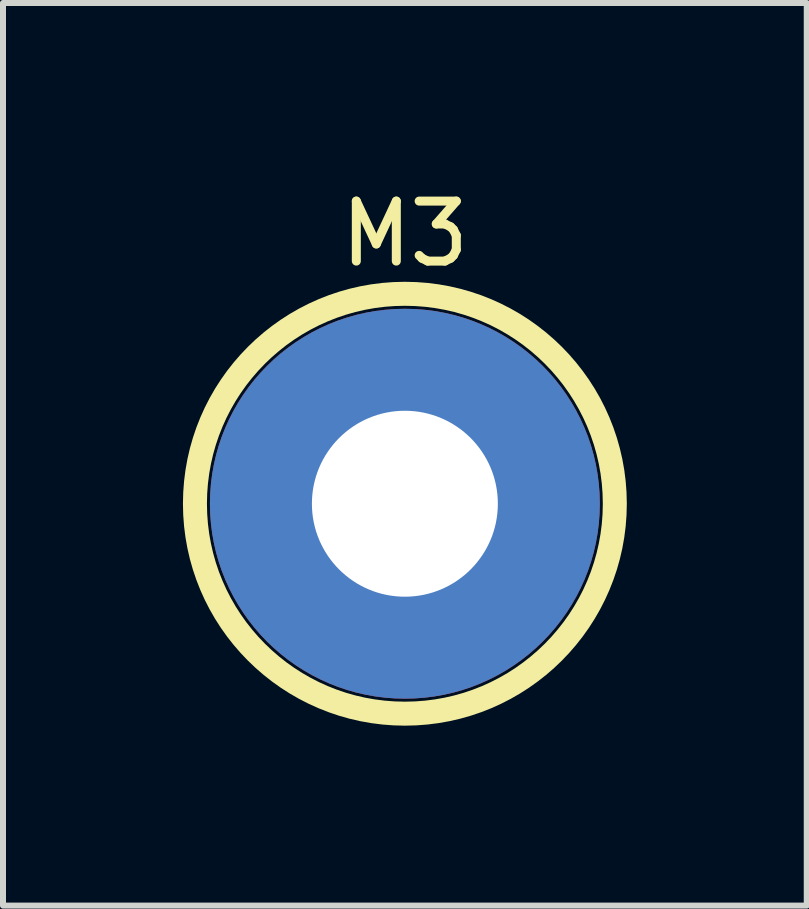
<source format=kicad_pcb>
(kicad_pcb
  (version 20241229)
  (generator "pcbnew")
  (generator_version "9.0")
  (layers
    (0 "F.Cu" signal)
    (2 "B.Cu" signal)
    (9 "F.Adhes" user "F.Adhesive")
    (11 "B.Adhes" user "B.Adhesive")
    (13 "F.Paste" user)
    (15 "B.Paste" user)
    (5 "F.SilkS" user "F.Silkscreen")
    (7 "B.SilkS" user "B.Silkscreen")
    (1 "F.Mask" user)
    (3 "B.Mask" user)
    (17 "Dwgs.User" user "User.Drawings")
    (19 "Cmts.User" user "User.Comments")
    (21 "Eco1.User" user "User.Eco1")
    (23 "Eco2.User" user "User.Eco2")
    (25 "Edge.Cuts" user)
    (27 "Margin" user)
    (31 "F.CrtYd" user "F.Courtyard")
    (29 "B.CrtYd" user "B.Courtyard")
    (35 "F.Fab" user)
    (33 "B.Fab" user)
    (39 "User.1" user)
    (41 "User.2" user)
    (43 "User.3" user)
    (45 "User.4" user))
  (footprint "M3"
    (layer "F.Cu")
    (at 3.7 5.348)
    (property "Reference" "M3" (at 0 -4.5 0) (unlocked yes) (layer "F.SilkS") (effects (font (size 1 1) (thickness 0.15))))
    (attr through_hole)
    (fp_circle (center 0 0) (end 3.5 0) (stroke (width 0.4) (type solid)) (fill no) (layer "F.SilkS"))
    (pad "1" thru_hole circle (at 0 0) (size 6.5 6.5) (drill 3.1) (layers "*.Cu" "*.Mask")))
  (gr_rect
    (start -3 -3)
    (end 10.4 12.048)
    (stroke (width 0.1) (type default))
    (fill no)
    (layer "Edge.Cuts")))
</source>
